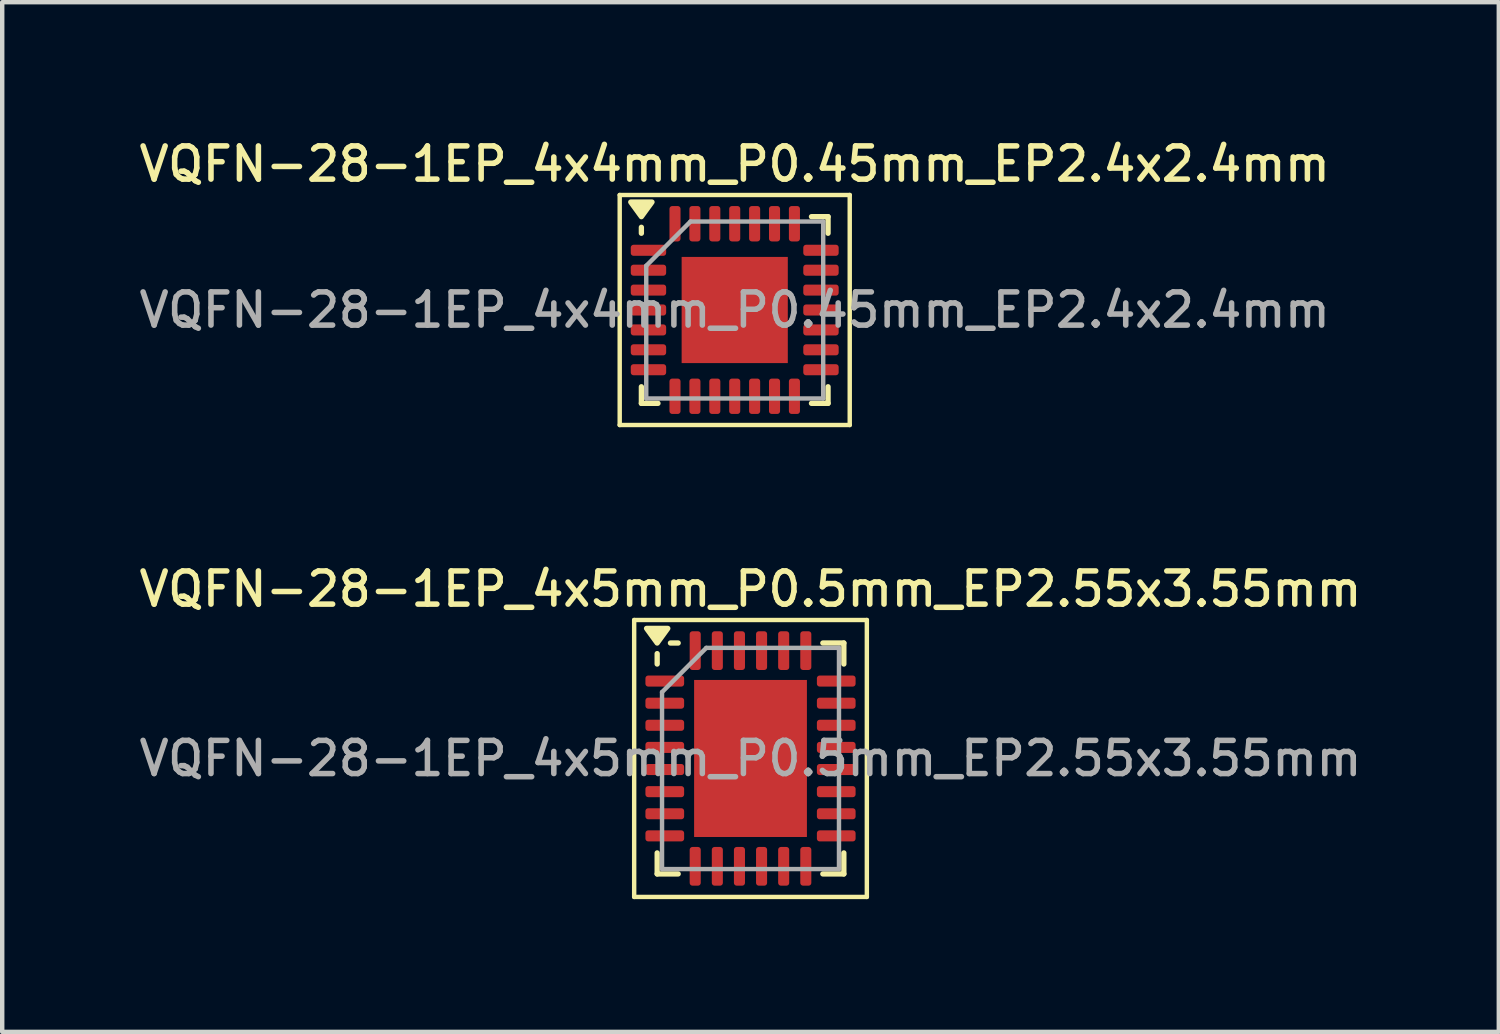
<source format=kicad_pcb>
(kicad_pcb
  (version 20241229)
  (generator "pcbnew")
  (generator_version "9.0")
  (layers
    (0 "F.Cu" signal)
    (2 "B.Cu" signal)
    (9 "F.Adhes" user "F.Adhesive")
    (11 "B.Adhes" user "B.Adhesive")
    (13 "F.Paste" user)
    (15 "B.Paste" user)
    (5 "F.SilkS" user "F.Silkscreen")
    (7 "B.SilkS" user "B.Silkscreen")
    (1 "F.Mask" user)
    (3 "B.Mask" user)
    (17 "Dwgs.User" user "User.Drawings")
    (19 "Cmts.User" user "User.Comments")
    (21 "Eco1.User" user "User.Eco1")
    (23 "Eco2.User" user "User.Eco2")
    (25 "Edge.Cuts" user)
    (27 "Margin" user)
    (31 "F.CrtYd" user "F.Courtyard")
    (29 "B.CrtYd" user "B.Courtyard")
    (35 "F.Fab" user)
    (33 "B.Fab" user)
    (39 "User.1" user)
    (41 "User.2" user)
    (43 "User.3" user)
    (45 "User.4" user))
  (footprint "VQFN-28-1EP_4x5mm_P0.5mm_EP2.55x3.55mm"
    (layer "F.Cu")
    (at 13.916 14.096)
    (property "Reference" "VQFN-28-1EP_4x5mm_P0.5mm_EP2.55x3.55mm" (at 0 -3.83 0) (layer "F.SilkS") (effects (font (size 0.75 0.75) (thickness 0.125))))
    (attr smd)
    (fp_line (start -2.63 -3.13) (end -2.63 3.13) (stroke (width 0.1) (type solid)) (layer "F.SilkS"))
    (fp_line (start -2.63 3.13) (end 2.63 3.13) (stroke (width 0.1) (type solid)) (layer "F.SilkS"))
    (fp_line (start -2.11 -2.135) (end -2.11 -2.37) (stroke (width 0.12) (type solid)) (layer "F.SilkS"))
    (fp_line (start -2.11 2.61) (end -2.11 2.135) (stroke (width 0.12) (type solid)) (layer "F.SilkS"))
    (fp_line (start -1.635 -2.61) (end -1.81 -2.61) (stroke (width 0.12) (type solid)) (layer "F.SilkS"))
    (fp_line (start -1.635 2.61) (end -2.11 2.61) (stroke (width 0.12) (type solid)) (layer "F.SilkS"))
    (fp_line (start 1.635 -2.61) (end 2.11 -2.61) (stroke (width 0.12) (type solid)) (layer "F.SilkS"))
    (fp_line (start 1.635 2.61) (end 2.11 2.61) (stroke (width 0.12) (type solid)) (layer "F.SilkS"))
    (fp_line (start 2.11 -2.61) (end 2.11 -2.135) (stroke (width 0.12) (type solid)) (layer "F.SilkS"))
    (fp_line (start 2.11 2.61) (end 2.11 2.135) (stroke (width 0.12) (type solid)) (layer "F.SilkS"))
    (fp_line (start 2.63 -3.13) (end -2.63 -3.13) (stroke (width 0.1) (type solid)) (layer "F.SilkS"))
    (fp_line (start 2.63 3.13) (end 2.63 -3.13) (stroke (width 0.1) (type solid)) (layer "F.SilkS"))
    (fp_poly (pts (xy -2.11 -2.61) (xy -2.35 -2.94) (xy -1.87 -2.94) (xy -2.11 -2.61)) (stroke (width 0.12) (type solid)) (fill yes) (layer "F.SilkS"))
    (fp_line (start -2 -1.5) (end -1 -2.5) (stroke (width 0.1) (type solid)) (layer "F.Fab"))
    (fp_line (start -2 2.5) (end -2 -1.5) (stroke (width 0.1) (type solid)) (layer "F.Fab"))
    (fp_line (start -1 -2.5) (end 2 -2.5) (stroke (width 0.1) (type solid)) (layer "F.Fab"))
    (fp_line (start 2 -2.5) (end 2 2.5) (stroke (width 0.1) (type solid)) (layer "F.Fab"))
    (fp_line (start 2 2.5) (end -2 2.5) (stroke (width 0.1) (type solid)) (layer "F.Fab"))
    (fp_text user "${REFERENCE}" (at 0 0 0) (layer "F.Fab") (effects (font (size 0.75 0.75) (thickness 0.125))))
    (pad "" smd roundrect (at -0.635 -1.18) (size 1.03 0.95) (layers "F.Paste") (roundrect_rratio 0.25))
    (pad "" smd roundrect (at -0.635 0) (size 1.03 0.95) (layers "F.Paste") (roundrect_rratio 0.25))
    (pad "" smd roundrect (at -0.635 1.18) (size 1.03 0.95) (layers "F.Paste") (roundrect_rratio 0.25))
    (pad "" smd roundrect (at 0.635 -1.18) (size 1.03 0.95) (layers "F.Paste") (roundrect_rratio 0.25))
    (pad "" smd roundrect (at 0.635 0) (size 1.03 0.95) (layers "F.Paste") (roundrect_rratio 0.25))
    (pad "" smd roundrect (at 0.635 1.18) (size 1.03 0.95) (layers "F.Paste") (roundrect_rratio 0.25))
    (pad "1" smd roundrect (at -1.938 -1.75) (size 0.875 0.25) (layers "F.Cu" "F.Mask" "F.Paste") (roundrect_rratio 0.25))
    (pad "2" smd roundrect (at -1.938 -1.25) (size 0.875 0.25) (layers "F.Cu" "F.Mask" "F.Paste") (roundrect_rratio 0.25))
    (pad "3" smd roundrect (at -1.938 -0.75) (size 0.875 0.25) (layers "F.Cu" "F.Mask" "F.Paste") (roundrect_rratio 0.25))
    (pad "4" smd roundrect (at -1.938 -0.25) (size 0.875 0.25) (layers "F.Cu" "F.Mask" "F.Paste") (roundrect_rratio 0.25))
    (pad "5" smd roundrect (at -1.938 0.25) (size 0.875 0.25) (layers "F.Cu" "F.Mask" "F.Paste") (roundrect_rratio 0.25))
    (pad "6" smd roundrect (at -1.938 0.75) (size 0.875 0.25) (layers "F.Cu" "F.Mask" "F.Paste") (roundrect_rratio 0.25))
    (pad "7" smd roundrect (at -1.938 1.25) (size 0.875 0.25) (layers "F.Cu" "F.Mask" "F.Paste") (roundrect_rratio 0.25))
    (pad "8" smd roundrect (at -1.938 1.75) (size 0.875 0.25) (layers "F.Cu" "F.Mask" "F.Paste") (roundrect_rratio 0.25))
    (pad "9" smd roundrect (at -1.25 2.438) (size 0.25 0.875) (layers "F.Cu" "F.Mask" "F.Paste") (roundrect_rratio 0.25))
    (pad "10" smd roundrect (at -0.75 2.438) (size 0.25 0.875) (layers "F.Cu" "F.Mask" "F.Paste") (roundrect_rratio 0.25))
    (pad "11" smd roundrect (at -0.25 2.438) (size 0.25 0.875) (layers "F.Cu" "F.Mask" "F.Paste") (roundrect_rratio 0.25))
    (pad "12" smd roundrect (at 0.25 2.438) (size 0.25 0.875) (layers "F.Cu" "F.Mask" "F.Paste") (roundrect_rratio 0.25))
    (pad "13" smd roundrect (at 0.75 2.438) (size 0.25 0.875) (layers "F.Cu" "F.Mask" "F.Paste") (roundrect_rratio 0.25))
    (pad "14" smd roundrect (at 1.25 2.438) (size 0.25 0.875) (layers "F.Cu" "F.Mask" "F.Paste") (roundrect_rratio 0.25))
    (pad "15" smd roundrect (at 1.938 1.75) (size 0.875 0.25) (layers "F.Cu" "F.Mask" "F.Paste") (roundrect_rratio 0.25))
    (pad "16" smd roundrect (at 1.938 1.25) (size 0.875 0.25) (layers "F.Cu" "F.Mask" "F.Paste") (roundrect_rratio 0.25))
    (pad "17" smd roundrect (at 1.938 0.75) (size 0.875 0.25) (layers "F.Cu" "F.Mask" "F.Paste") (roundrect_rratio 0.25))
    (pad "18" smd roundrect (at 1.938 0.25) (size 0.875 0.25) (layers "F.Cu" "F.Mask" "F.Paste") (roundrect_rratio 0.25))
    (pad "19" smd roundrect (at 1.938 -0.25) (size 0.875 0.25) (layers "F.Cu" "F.Mask" "F.Paste") (roundrect_rratio 0.25))
    (pad "20" smd roundrect (at 1.938 -0.75) (size 0.875 0.25) (layers "F.Cu" "F.Mask" "F.Paste") (roundrect_rratio 0.25))
    (pad "21" smd roundrect (at 1.938 -1.25) (size 0.875 0.25) (layers "F.Cu" "F.Mask" "F.Paste") (roundrect_rratio 0.25))
    (pad "22" smd roundrect (at 1.938 -1.75) (size 0.875 0.25) (layers "F.Cu" "F.Mask" "F.Paste") (roundrect_rratio 0.25))
    (pad "23" smd roundrect (at 1.25 -2.438) (size 0.25 0.875) (layers "F.Cu" "F.Mask" "F.Paste") (roundrect_rratio 0.25))
    (pad "24" smd roundrect (at 0.75 -2.438) (size 0.25 0.875) (layers "F.Cu" "F.Mask" "F.Paste") (roundrect_rratio 0.25))
    (pad "25" smd roundrect (at 0.25 -2.438) (size 0.25 0.875) (layers "F.Cu" "F.Mask" "F.Paste") (roundrect_rratio 0.25))
    (pad "26" smd roundrect (at -0.25 -2.438) (size 0.25 0.875) (layers "F.Cu" "F.Mask" "F.Paste") (roundrect_rratio 0.25))
    (pad "27" smd roundrect (at -0.75 -2.438) (size 0.25 0.875) (layers "F.Cu" "F.Mask" "F.Paste") (roundrect_rratio 0.25))
    (pad "28" smd roundrect (at -1.25 -2.438) (size 0.25 0.875) (layers "F.Cu" "F.Mask" "F.Paste") (roundrect_rratio 0.25))
    (pad "29" smd rect (at 0 0) (size 2.55 3.55) (property pad_prop_heatsink) (layers "F.Cu" "F.Mask")))
  (footprint "VQFN-28-1EP_4x4mm_P0.45mm_EP2.4x2.4mm"
    (layer "F.Cu")
    (at 13.559 3.958)
    (property "Reference" "VQFN-28-1EP_4x4mm_P0.45mm_EP2.4x2.4mm" (at 0 -3.3 0) (layer "F.SilkS") (effects (font (size 0.75 0.75) (thickness 0.125))))
    (attr smd)
    (fp_line (start -2.6 -2.6) (end -2.6 2.6) (stroke (width 0.1) (type solid)) (layer "F.SilkS"))
    (fp_line (start -2.6 2.6) (end 2.6 2.6) (stroke (width 0.1) (type solid)) (layer "F.SilkS"))
    (fp_line (start -2.11 -1.735) (end -2.11 -1.87) (stroke (width 0.12) (type solid)) (layer "F.SilkS"))
    (fp_line (start -2.11 2.11) (end -2.11 1.735) (stroke (width 0.12) (type solid)) (layer "F.SilkS"))
    (fp_line (start -1.735 2.11) (end -2.11 2.11) (stroke (width 0.12) (type solid)) (layer "F.SilkS"))
    (fp_line (start 1.735 -2.11) (end 2.11 -2.11) (stroke (width 0.12) (type solid)) (layer "F.SilkS"))
    (fp_line (start 1.735 2.11) (end 2.11 2.11) (stroke (width 0.12) (type solid)) (layer "F.SilkS"))
    (fp_line (start 2.11 -2.11) (end 2.11 -1.735) (stroke (width 0.12) (type solid)) (layer "F.SilkS"))
    (fp_line (start 2.11 2.11) (end 2.11 1.735) (stroke (width 0.12) (type solid)) (layer "F.SilkS"))
    (fp_line (start 2.6 -2.6) (end -2.6 -2.6) (stroke (width 0.1) (type solid)) (layer "F.SilkS"))
    (fp_line (start 2.6 2.6) (end 2.6 -2.6) (stroke (width 0.1) (type solid)) (layer "F.SilkS"))
    (fp_poly (pts (xy -2.11 -2.11) (xy -2.35 -2.44) (xy -1.87 -2.44) (xy -2.11 -2.11)) (stroke (width 0.12) (type solid)) (fill yes) (layer "F.SilkS"))
    (fp_line (start -2 -1) (end -1 -2) (stroke (width 0.1) (type solid)) (layer "F.Fab"))
    (fp_line (start -2 2) (end -2 -1) (stroke (width 0.1) (type solid)) (layer "F.Fab"))
    (fp_line (start -1 -2) (end 2 -2) (stroke (width 0.1) (type solid)) (layer "F.Fab"))
    (fp_line (start 2 -2) (end 2 2) (stroke (width 0.1) (type solid)) (layer "F.Fab"))
    (fp_line (start 2 2) (end -2 2) (stroke (width 0.1) (type solid)) (layer "F.Fab"))
    (fp_text user "${REFERENCE}" (at 0 0 0) (layer "F.Fab") (effects (font (size 0.75 0.75) (thickness 0.125))))
    (pad "" smd roundrect (at -0.6 -0.6) (size 0.97 0.97) (layers "F.Paste") (roundrect_rratio 0.25))
    (pad "" smd roundrect (at -0.6 0.6) (size 0.97 0.97) (layers "F.Paste") (roundrect_rratio 0.25))
    (pad "" smd roundrect (at 0.6 -0.6) (size 0.97 0.97) (layers "F.Paste") (roundrect_rratio 0.25))
    (pad "" smd roundrect (at 0.6 0.6) (size 0.97 0.97) (layers "F.Paste") (roundrect_rratio 0.25))
    (pad "1" smd roundrect (at -1.95 -1.35) (size 0.8 0.25) (layers "F.Cu" "F.Mask" "F.Paste") (roundrect_rratio 0.25))
    (pad "2" smd roundrect (at -1.95 -0.9) (size 0.8 0.25) (layers "F.Cu" "F.Mask" "F.Paste") (roundrect_rratio 0.25))
    (pad "3" smd roundrect (at -1.95 -0.45) (size 0.8 0.25) (layers "F.Cu" "F.Mask" "F.Paste") (roundrect_rratio 0.25))
    (pad "4" smd roundrect (at -1.95 0) (size 0.8 0.25) (layers "F.Cu" "F.Mask" "F.Paste") (roundrect_rratio 0.25))
    (pad "5" smd roundrect (at -1.95 0.45) (size 0.8 0.25) (layers "F.Cu" "F.Mask" "F.Paste") (roundrect_rratio 0.25))
    (pad "6" smd roundrect (at -1.95 0.9) (size 0.8 0.25) (layers "F.Cu" "F.Mask" "F.Paste") (roundrect_rratio 0.25))
    (pad "7" smd roundrect (at -1.95 1.35) (size 0.8 0.25) (layers "F.Cu" "F.Mask" "F.Paste") (roundrect_rratio 0.25))
    (pad "8" smd roundrect (at -1.35 1.95) (size 0.25 0.8) (layers "F.Cu" "F.Mask" "F.Paste") (roundrect_rratio 0.25))
    (pad "9" smd roundrect (at -0.9 1.95) (size 0.25 0.8) (layers "F.Cu" "F.Mask" "F.Paste") (roundrect_rratio 0.25))
    (pad "10" smd roundrect (at -0.45 1.95) (size 0.25 0.8) (layers "F.Cu" "F.Mask" "F.Paste") (roundrect_rratio 0.25))
    (pad "11" smd roundrect (at 0 1.95) (size 0.25 0.8) (layers "F.Cu" "F.Mask" "F.Paste") (roundrect_rratio 0.25))
    (pad "12" smd roundrect (at 0.45 1.95) (size 0.25 0.8) (layers "F.Cu" "F.Mask" "F.Paste") (roundrect_rratio 0.25))
    (pad "13" smd roundrect (at 0.9 1.95) (size 0.25 0.8) (layers "F.Cu" "F.Mask" "F.Paste") (roundrect_rratio 0.25))
    (pad "14" smd roundrect (at 1.35 1.95) (size 0.25 0.8) (layers "F.Cu" "F.Mask" "F.Paste") (roundrect_rratio 0.25))
    (pad "15" smd roundrect (at 1.95 1.35) (size 0.8 0.25) (layers "F.Cu" "F.Mask" "F.Paste") (roundrect_rratio 0.25))
    (pad "16" smd roundrect (at 1.95 0.9) (size 0.8 0.25) (layers "F.Cu" "F.Mask" "F.Paste") (roundrect_rratio 0.25))
    (pad "17" smd roundrect (at 1.95 0.45) (size 0.8 0.25) (layers "F.Cu" "F.Mask" "F.Paste") (roundrect_rratio 0.25))
    (pad "18" smd roundrect (at 1.95 0) (size 0.8 0.25) (layers "F.Cu" "F.Mask" "F.Paste") (roundrect_rratio 0.25))
    (pad "19" smd roundrect (at 1.95 -0.45) (size 0.8 0.25) (layers "F.Cu" "F.Mask" "F.Paste") (roundrect_rratio 0.25))
    (pad "20" smd roundrect (at 1.95 -0.9) (size 0.8 0.25) (layers "F.Cu" "F.Mask" "F.Paste") (roundrect_rratio 0.25))
    (pad "21" smd roundrect (at 1.95 -1.35) (size 0.8 0.25) (layers "F.Cu" "F.Mask" "F.Paste") (roundrect_rratio 0.25))
    (pad "22" smd roundrect (at 1.35 -1.95) (size 0.25 0.8) (layers "F.Cu" "F.Mask" "F.Paste") (roundrect_rratio 0.25))
    (pad "23" smd roundrect (at 0.9 -1.95) (size 0.25 0.8) (layers "F.Cu" "F.Mask" "F.Paste") (roundrect_rratio 0.25))
    (pad "24" smd roundrect (at 0.45 -1.95) (size 0.25 0.8) (layers "F.Cu" "F.Mask" "F.Paste") (roundrect_rratio 0.25))
    (pad "25" smd roundrect (at 0 -1.95) (size 0.25 0.8) (layers "F.Cu" "F.Mask" "F.Paste") (roundrect_rratio 0.25))
    (pad "26" smd roundrect (at -0.45 -1.95) (size 0.25 0.8) (layers "F.Cu" "F.Mask" "F.Paste") (roundrect_rratio 0.25))
    (pad "27" smd roundrect (at -0.9 -1.95) (size 0.25 0.8) (layers "F.Cu" "F.Mask" "F.Paste") (roundrect_rratio 0.25))
    (pad "28" smd roundrect (at -1.35 -1.95) (size 0.25 0.8) (layers "F.Cu" "F.Mask" "F.Paste") (roundrect_rratio 0.25))
    (pad "29" smd rect (at 0 0) (size 2.4 2.4) (property pad_prop_heatsink) (layers "F.Cu" "F.Mask")))
  (gr_rect
    (start -3 -3)
    (end 30.832 20.276)
    (stroke (width 0.1) (type default))
    (fill no)
    (layer "Edge.Cuts")))
</source>
